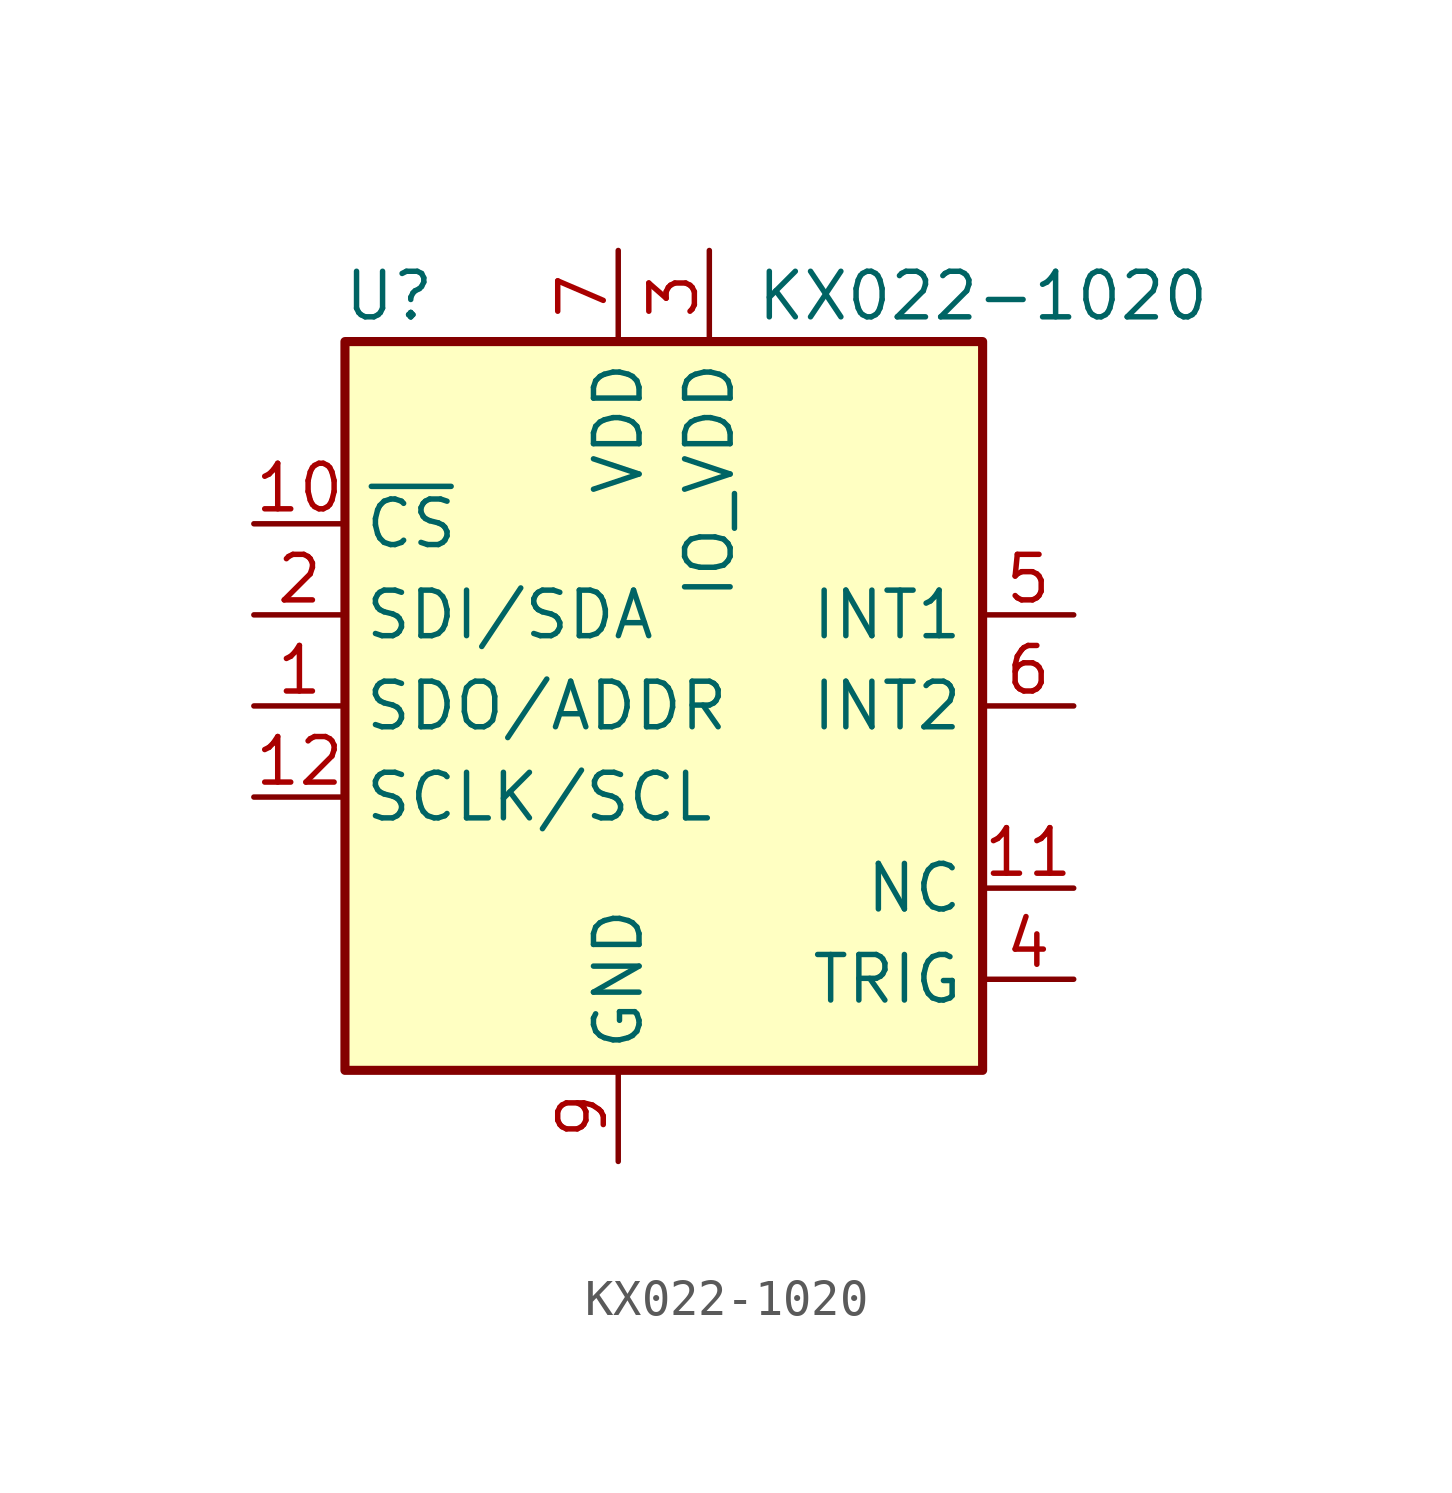
<source format=kicad_sym>
(kicad_symbol_lib
  (version 20211014)
  (generator kicad_symbol_editor)
  (symbol "KX022-1020"
    (property "Reference" "U"
      (at -5.08 11.43 0)
      (effects (font (size 1.27 1.27)) (justify right)))
    (property "Value" "KX022-1020"
      (at 3.81 11.43 0)
      (effects (font (size 1.27 1.27)) (justify left)))
    (symbol "KX022-1020_0_1"
      (rectangle (start -7.62 10.16) (end 10.16 -10.16) (stroke (width 0.254) (type default) (color 0 0 0 0)) (fill (type background))))
    (symbol "KX022-1020_1_1"
      (pin bidirectional line (at -10.16 0 0) (length 2.54) (name "SDO/ADDR" (effects (font (size 1.27 1.27)))) (number "1" (effects (font (size 1.27 1.27)))))
      (pin input line (at -10.16 5.08 0) (length 2.54) (name "~{CS}" (effects (font (size 1.27 1.27)))) (number "10" (effects (font (size 1.27 1.27)))))
      (pin passive line (at 12.7 -5.08 180) (length 2.54) (name "NC" (effects (font (size 1.27 1.27)))) (number "11" (effects (font (size 1.27 1.27)))))
      (pin input line (at -10.16 -2.54 0) (length 2.54) (name "SCLK/SCL" (effects (font (size 1.27 1.27)))) (number "12" (effects (font (size 1.27 1.27)))))
      (pin bidirectional line (at -10.16 2.54 0) (length 2.54) (name "SDI/SDA" (effects (font (size 1.27 1.27)))) (number "2" (effects (font (size 1.27 1.27)))))
      (pin power_in line (at 2.54 12.7 270) (length 2.54) (name "IO_VDD" (effects (font (size 1.27 1.27)))) (number "3" (effects (font (size 1.27 1.27)))))
      (pin input line (at 12.7 -7.62 180) (length 2.54) (name "TRIG" (effects (font (size 1.27 1.27)))) (number "4" (effects (font (size 1.27 1.27)))))
      (pin output line (at 12.7 2.54 180) (length 2.54) (name "INT1" (effects (font (size 1.27 1.27)))) (number "5" (effects (font (size 1.27 1.27)))))
      (pin output line (at 12.7 0 180) (length 2.54) (name "INT2" (effects (font (size 1.27 1.27)))) (number "6" (effects (font (size 1.27 1.27)))))
      (pin power_in line (at 0 12.7 270) (length 2.54) (name "VDD" (effects (font (size 1.27 1.27)))) (number "7" (effects (font (size 1.27 1.27)))))
      (pin power_in line (at 0 -12.7 90) (length 2.54) hide (name "GND" (effects (font (size 1.27 1.27)))) (number "8" (effects (font (size 1.27 1.27)))))
      (pin power_in line (at 0 -12.7 90) (length 2.54) (name "GND" (effects (font (size 1.27 1.27)))) (number "9" (effects (font (size 1.27 1.27))))))))
</source>
